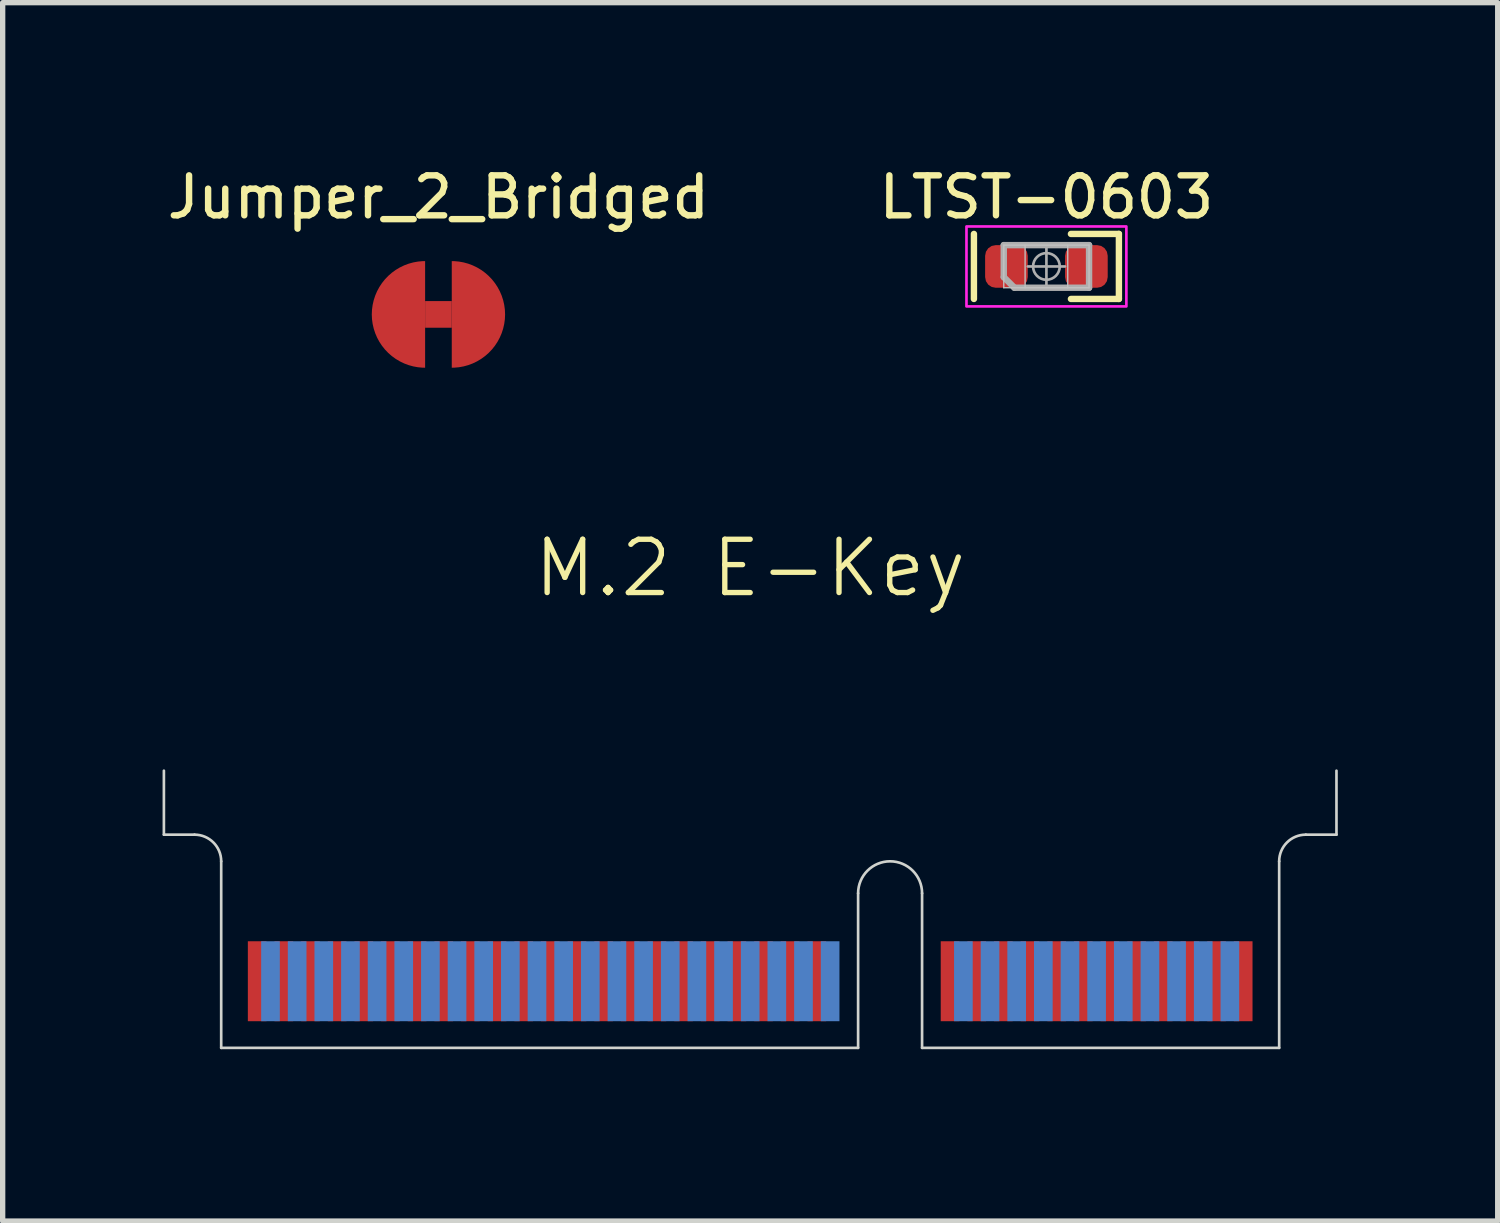
<source format=kicad_pcb>
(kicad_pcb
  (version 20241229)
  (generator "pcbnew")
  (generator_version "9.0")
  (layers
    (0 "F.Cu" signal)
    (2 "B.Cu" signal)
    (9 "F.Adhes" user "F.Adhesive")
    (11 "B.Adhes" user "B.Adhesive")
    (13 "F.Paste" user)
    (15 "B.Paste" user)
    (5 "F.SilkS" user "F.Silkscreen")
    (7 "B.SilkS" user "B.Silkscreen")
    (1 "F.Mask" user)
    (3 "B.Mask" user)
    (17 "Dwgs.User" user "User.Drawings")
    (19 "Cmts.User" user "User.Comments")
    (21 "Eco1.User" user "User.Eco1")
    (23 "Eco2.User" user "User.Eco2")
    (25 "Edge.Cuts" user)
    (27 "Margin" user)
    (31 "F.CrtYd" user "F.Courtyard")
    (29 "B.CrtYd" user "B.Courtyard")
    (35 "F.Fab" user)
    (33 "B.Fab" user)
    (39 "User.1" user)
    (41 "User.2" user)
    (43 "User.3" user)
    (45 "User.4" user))
  (footprint "M.2 E-Key"
    (layer "F.Cu")
    (at 11.025 16.61)
    (property "Reference" "M.2 E-Key" (at 0 -9 0) (unlocked yes) (layer "F.SilkS") (effects (font (size 1 1) (thickness 0.1))))
    (attr smd)
    (fp_line (start -11 -4) (end -11 -5.2) (stroke (width 0.05) (type default)) (layer "Edge.Cuts"))
    (fp_line (start -11 -4) (end -10.425 -4) (stroke (width 0.05) (type default)) (layer "Edge.Cuts"))
    (fp_line (start -9.925 0) (end -9.925 -3.5) (stroke (width 0.05) (type default)) (layer "Edge.Cuts"))
    (fp_line (start 2.025 -2.9) (end 2.025 0) (stroke (width 0.05) (type default)) (layer "Edge.Cuts"))
    (fp_line (start 2.025 0) (end -9.925 0) (stroke (width 0.05) (type default)) (layer "Edge.Cuts"))
    (fp_line (start 3.225 -2.9) (end 3.225 0) (stroke (width 0.05) (type default)) (layer "Edge.Cuts"))
    (fp_line (start 9.925 0) (end 3.225 0) (stroke (width 0.05) (type default)) (layer "Edge.Cuts"))
    (fp_line (start 9.925 0) (end 9.925 -3.5) (stroke (width 0.05) (type default)) (layer "Edge.Cuts"))
    (fp_line (start 10.425 -4) (end 11 -4) (stroke (width 0.05) (type default)) (layer "Edge.Cuts"))
    (fp_line (start 11 -4) (end 11 -5.2) (stroke (width 0.05) (type default)) (layer "Edge.Cuts"))
    (fp_arc (start -10.425 -4) (mid -10.071447 -3.853553) (end -9.925 -3.5) (stroke (width 0.05) (type default)) (layer "Edge.Cuts"))
    (fp_arc (start 2.025 -2.9) (mid 2.625 -3.5) (end 3.225 -2.9) (stroke (width 0.05) (type default)) (layer "Edge.Cuts"))
    (fp_arc (start 9.925 -3.5) (mid 10.071447 -3.853553) (end 10.425 -4) (stroke (width 0.05) (type default)) (layer "Edge.Cuts"))
    (pad "1" smd rect (at 9.25 -1.25) (size 0.35 1.5) (layers "F.Cu" "F.Mask"))
    (pad "2" smd rect (at 9 -1.25) (size 0.35 1.5) (layers "B.Cu" "B.Mask"))
    (pad "3" smd rect (at 8.75 -1.25) (size 0.35 1.5) (layers "F.Cu" "F.Mask"))
    (pad "4" smd rect (at 8.5 -1.25) (size 0.35 1.5) (layers "B.Cu" "B.Mask"))
    (pad "5" smd rect (at 8.25 -1.25) (size 0.35 1.5) (layers "F.Cu" "F.Mask"))
    (pad "6" smd rect (at 8 -1.25) (size 0.35 1.5) (layers "B.Cu" "B.Mask"))
    (pad "7" smd rect (at 7.75 -1.25) (size 0.35 1.5) (layers "F.Cu" "F.Mask"))
    (pad "8" smd rect (at 7.5 -1.25) (size 0.35 1.5) (layers "B.Cu" "B.Mask"))
    (pad "9" smd rect (at 7.25 -1.25) (size 0.35 1.5) (layers "F.Cu" "F.Mask"))
    (pad "10" smd rect (at 7 -1.25) (size 0.35 1.5) (layers "B.Cu" "B.Mask"))
    (pad "11" smd rect (at 6.75 -1.25) (size 0.35 1.5) (layers "F.Cu" "F.Mask"))
    (pad "12" smd rect (at 6.5 -1.25) (size 0.35 1.5) (layers "B.Cu" "B.Mask"))
    (pad "13" smd rect (at 6.25 -1.25) (size 0.35 1.5) (layers "F.Cu" "F.Mask"))
    (pad "14" smd rect (at 6 -1.25) (size 0.35 1.5) (layers "B.Cu" "B.Mask"))
    (pad "15" smd rect (at 5.75 -1.25) (size 0.35 1.5) (layers "F.Cu" "F.Mask"))
    (pad "16" smd rect (at 5.5 -1.25) (size 0.35 1.5) (layers "B.Cu" "B.Mask"))
    (pad "17" smd rect (at 5.25 -1.25) (size 0.35 1.5) (layers "F.Cu" "F.Mask"))
    (pad "18" smd rect (at 5 -1.25) (size 0.35 1.5) (layers "B.Cu" "B.Mask"))
    (pad "19" smd rect (at 4.75 -1.25) (size 0.35 1.5) (layers "F.Cu" "F.Mask"))
    (pad "20" smd rect (at 4.5 -1.25) (size 0.35 1.5) (layers "B.Cu" "B.Mask"))
    (pad "21" smd rect (at 4.25 -1.25) (size 0.35 1.5) (layers "F.Cu" "F.Mask"))
    (pad "22" smd rect (at 4 -1.25) (size 0.35 1.5) (layers "B.Cu" "B.Mask"))
    (pad "23" smd rect (at 3.75 -1.25) (size 0.35 1.5) (layers "F.Cu" "F.Mask"))
    (pad "32" smd rect (at 1.5 -1.25) (size 0.35 1.5) (layers "B.Cu" "B.Mask"))
    (pad "33" smd rect (at 1.25 -1.25) (size 0.35 1.5) (layers "F.Cu" "F.Mask"))
    (pad "34" smd rect (at 1 -1.25) (size 0.35 1.5) (layers "B.Cu" "B.Mask"))
    (pad "35" smd rect (at 0.75 -1.25) (size 0.35 1.5) (layers "F.Cu" "F.Mask"))
    (pad "36" smd rect (at 0.5 -1.25) (size 0.35 1.5) (layers "B.Cu" "B.Mask"))
    (pad "37" smd rect (at 0.25 -1.25) (size 0.35 1.5) (layers "F.Cu" "F.Mask"))
    (pad "38" smd rect (at 0 -1.25) (size 0.35 1.5) (layers "B.Cu" "B.Mask"))
    (pad "39" smd rect (at -0.25 -1.25) (size 0.35 1.5) (layers "F.Cu" "F.Mask"))
    (pad "40" smd rect (at -0.5 -1.25) (size 0.35 1.5) (layers "B.Cu" "B.Mask"))
    (pad "41" smd rect (at -0.75 -1.25) (size 0.35 1.5) (layers "F.Cu" "F.Mask"))
    (pad "42" smd rect (at -1 -1.25) (size 0.35 1.5) (layers "B.Cu" "B.Mask"))
    (pad "43" smd rect (at -1.25 -1.25) (size 0.35 1.5) (layers "F.Cu" "F.Mask"))
    (pad "44" smd rect (at -1.5 -1.25) (size 0.35 1.5) (layers "B.Cu" "B.Mask"))
    (pad "45" smd rect (at -1.75 -1.25) (size 0.35 1.5) (layers "F.Cu" "F.Mask"))
    (pad "46" smd rect (at -2 -1.25) (size 0.35 1.5) (layers "B.Cu" "B.Mask"))
    (pad "47" smd rect (at -2.25 -1.25) (size 0.35 1.5) (layers "F.Cu" "F.Mask"))
    (pad "48" smd rect (at -2.5 -1.25) (size 0.35 1.5) (layers "B.Cu" "B.Mask"))
    (pad "49" smd rect (at -2.75 -1.25) (size 0.35 1.5) (layers "F.Cu" "F.Mask"))
    (pad "50" smd rect (at -3 -1.25) (size 0.35 1.5) (layers "B.Cu" "B.Mask"))
    (pad "51" smd rect (at -3.25 -1.25) (size 0.35 1.5) (layers "F.Cu" "F.Mask"))
    (pad "52" smd rect (at -3.5 -1.25) (size 0.35 1.5) (layers "B.Cu" "B.Mask"))
    (pad "53" smd rect (at -3.75 -1.25) (size 0.35 1.5) (layers "F.Cu" "F.Mask"))
    (pad "54" smd rect (at -4 -1.25) (size 0.35 1.5) (layers "B.Cu" "B.Mask"))
    (pad "55" smd rect (at -4.25 -1.25) (size 0.35 1.5) (layers "F.Cu" "F.Mask"))
    (pad "56" smd rect (at -4.5 -1.25) (size 0.35 1.5) (layers "B.Cu" "B.Mask"))
    (pad "57" smd rect (at -4.75 -1.25) (size 0.35 1.5) (layers "F.Cu" "F.Mask"))
    (pad "58" smd rect (at -5 -1.25) (size 0.35 1.5) (layers "B.Cu" "B.Mask"))
    (pad "59" smd rect (at -5.25 -1.25) (size 0.35 1.5) (layers "F.Cu" "F.Mask"))
    (pad "60" smd rect (at -5.5 -1.25) (size 0.35 1.5) (layers "B.Cu" "B.Mask"))
    (pad "61" smd rect (at -5.75 -1.25) (size 0.35 1.5) (layers "F.Cu" "F.Mask"))
    (pad "62" smd rect (at -6 -1.25) (size 0.35 1.5) (layers "B.Cu" "B.Mask"))
    (pad "63" smd rect (at -6.25 -1.25) (size 0.35 1.5) (layers "F.Cu" "F.Mask"))
    (pad "64" smd rect (at -6.5 -1.25) (size 0.35 1.5) (layers "B.Cu" "B.Mask"))
    (pad "65" smd rect (at -6.75 -1.25) (size 0.35 1.5) (layers "F.Cu" "F.Mask"))
    (pad "66" smd rect (at -7 -1.25) (size 0.35 1.5) (layers "B.Cu" "B.Mask"))
    (pad "67" smd rect (at -7.25 -1.25) (size 0.35 1.5) (layers "F.Cu" "F.Mask"))
    (pad "68" smd rect (at -7.5 -1.25) (size 0.35 1.5) (layers "B.Cu" "B.Mask"))
    (pad "69" smd rect (at -7.75 -1.25) (size 0.35 1.5) (layers "F.Cu" "F.Mask"))
    (pad "70" smd rect (at -8 -1.25) (size 0.35 1.5) (layers "B.Cu" "B.Mask"))
    (pad "71" smd rect (at -8.25 -1.25) (size 0.35 1.5) (layers "F.Cu" "F.Mask"))
    (pad "72" smd rect (at -8.5 -1.25) (size 0.35 1.5) (layers "B.Cu" "B.Mask"))
    (pad "73" smd rect (at -8.75 -1.25) (size 0.35 1.5) (layers "F.Cu" "F.Mask"))
    (pad "74" smd rect (at -9 -1.25) (size 0.35 1.5) (layers "B.Cu" "B.Mask"))
    (pad "75" smd rect (at -9.25 -1.25) (size 0.35 1.5) (layers "F.Cu" "F.Mask"))
    (zone (net_name "") (layer "F.Cu") (name "Topside Component Keepout Area") (hatch edge 0.5) (connect_pads) (min_thickness 0.25) (filled_areas_thickness no) (keepout (tracks allowed) (vias allowed) (pads allowed) (copperpour not_allowed) (footprints not_allowed)) (placement (enabled no)) (fill) (polygon (pts (xy 0.025 12.61) (xy 22.025 12.61) (xy 22.025 16.61) (xy 0.025 16.61))))
    (zone (net_name "") (layer "B.Cu") (name "Backside Component Keepout Area") (hatch edge 0.5) (connect_pads) (min_thickness 0.25) (filled_areas_thickness no) (keepout (tracks allowed) (vias allowed) (pads allowed) (copperpour not_allowed) (footprints not_allowed)) (placement (enabled no)) (fill) (polygon (pts (xy 0.025 11.41) (xy 0.025 16.61) (xy 22.025 16.61) (xy 22.025 11.41)))))
  (footprint "LTST-0603"
    (layer "F.Cu")
    (at 16.583 1.949)
    (property "Reference" "LTST-0603" (at 0 -1.3 0) (layer "F.SilkS") (effects (font (size 0.75 0.75) (thickness 0.12))))
    (attr smd)
    (fp_line (start -1.36 0.61) (end -1.36 -0.61) (stroke (width 0.12) (type solid)) (layer "F.SilkS"))
    (fp_line (start 0.46 -0.61) (end 1.36 -0.61) (stroke (width 0.12) (type solid)) (layer "F.SilkS"))
    (fp_line (start 0.46 0.61) (end 1.36 0.61) (stroke (width 0.12) (type solid)) (layer "F.SilkS"))
    (fp_line (start 1.36 0.61) (end 1.36 -0.61) (stroke (width 0.12) (type solid)) (layer "F.SilkS"))
    (fp_line (start -0.8 -0.4) (end -0.8 0.4) (stroke (width 0.025) (type solid)) (layer "Dwgs.User"))
    (fp_line (start -0.8 -0.4) (end 0.8 -0.4) (stroke (width 0.025) (type solid)) (layer "Dwgs.User"))
    (fp_line (start -0.4 -0.4) (end -0.4 0.4) (stroke (width 0.025) (type solid)) (layer "Dwgs.User"))
    (fp_line (start 0.4 0.4) (end 0.4 -0.4) (stroke (width 0.025) (type solid)) (layer "Dwgs.User"))
    (fp_line (start 0.8 -0.4) (end 0.8 0.4) (stroke (width 0.025) (type solid)) (layer "Dwgs.User"))
    (fp_line (start 0.8 0.4) (end -0.8 0.4) (stroke (width 0.025) (type solid)) (layer "Dwgs.User"))
    (fp_rect (start -1.5 -0.75) (end 1.5 0.75) (stroke (width 0.05) (type default)) (fill no) (layer "F.CrtYd"))
    (fp_line (start -0.8 -0.4) (end -0.8 0.2) (stroke (width 0.12) (type solid)) (layer "F.Fab"))
    (fp_line (start -0.8 0.2) (end -0.6 0.4) (stroke (width 0.12) (type solid)) (layer "F.Fab"))
    (fp_line (start -0.6 0.4) (end 0.8 0.4) (stroke (width 0.12) (type solid)) (layer "F.Fab"))
    (fp_line (start 0 -0.35) (end 0 0.35) (stroke (width 0.05) (type solid)) (layer "F.Fab"))
    (fp_line (start 0.35 0) (end -0.35 0) (stroke (width 0.05) (type solid)) (layer "F.Fab"))
    (fp_line (start 0.8 -0.4) (end -0.8 -0.4) (stroke (width 0.12) (type solid)) (layer "F.Fab"))
    (fp_line (start 0.8 0.4) (end 0.8 -0.4) (stroke (width 0.12) (type solid)) (layer "F.Fab"))
    (fp_circle (center 0 0) (end 0.25 0) (stroke (width 0.05) (type solid)) (fill no) (layer "F.Fab"))
    (pad "1" smd roundrect (at 0.75 0) (size 0.8 0.8) (layers "F.Cu" "F.Mask" "F.Paste") (roundrect_rratio 0.25))
    (pad "2" smd roundrect (at -0.75 0) (size 0.8 0.8) (layers "F.Cu" "F.Mask" "F.Paste") (roundrect_rratio 0.25)))
  (footprint "Jumper_2_Bridged"
    (layer "F.Cu")
    (at 5.176 2.849)
    (property "Reference" "Jumper_2_Bridged" (at 0 -2.2 0) (unlocked yes) (layer "F.SilkS") (effects (font (size 0.75 0.75) (thickness 0.12))))
    (attr smd)
    (fp_rect (start -0.25 -0.25) (end 0.25 0.25) (stroke (width 0) (type solid)) (fill yes) (layer "F.Cu"))
    (pad "1" smd custom (at -0.75 0) (size 0.25 0.25) (layers "F.Cu" "F.Mask" "F.Paste") (options (anchor circle)) (primitives (gr_poly (pts (arc (start 0.5 -1) (mid -0.5 0) (end 0.5 1))) (width 0) (fill yes))))
    (pad "2" smd custom (at 0.75 0 180) (size 0.25 0.25) (layers "F.Cu" "F.Mask" "F.Paste") (options (anchor circle)) (primitives (gr_poly (pts (arc (start 0.5 -1) (mid -0.5 0) (end 0.5 1))) (width 0) (fill yes)))))
  (gr_rect
    (start -3 -3)
    (end 25.05 19.86)
    (stroke (width 0.1) (type default))
    (fill no)
    (layer "Edge.Cuts")))
</source>
